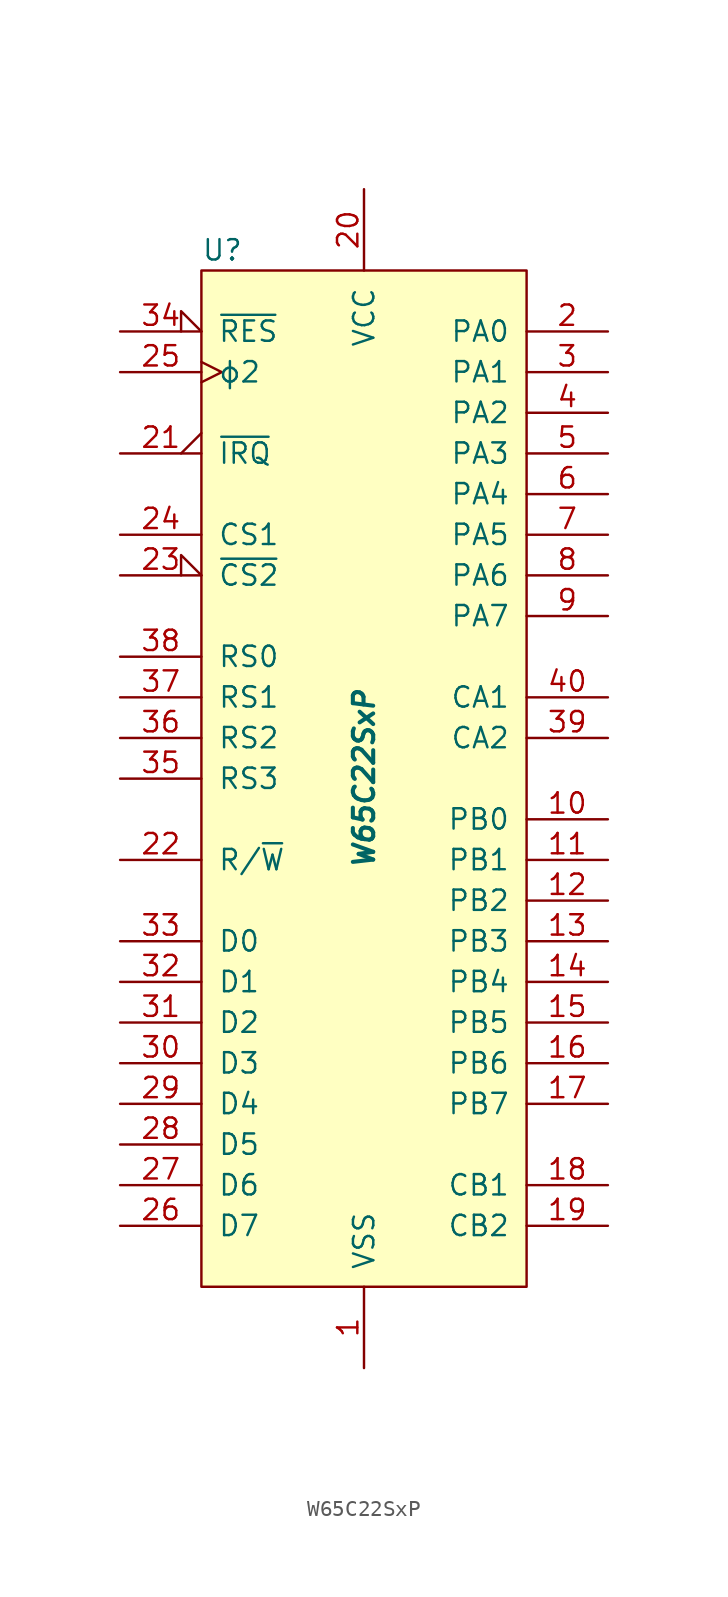
<source format=kicad_sym>
(kicad_symbol_lib
  (version 20211014)
  (generator kicad_symbol_editor)
  (symbol "W65C22SxP"
    (pin_names
      (offset 1.016))
    (property "Reference" "U"
      (at -10.16 33.02 0)
      (effects (font (size 1.27 1.27)) (justify left)))
    (property "Value" "W65C22SxP"
      (at 0 0 90)
      (effects (font (size 1.27 1.27) bold italic)))
    (symbol "W65C22SxP_0_1"
      (rectangle (start -10.16 31.75) (end 10.16 -31.75) (stroke (width 0) (type default) (color 0 0 0 0)) (fill (type background))))
    (symbol "W65C22SxP_1_1"
      (pin power_in line (at 0 -36.83 90) (length 5.08) (name "VSS" (effects (font (size 1.27 1.27)))) (number "1" (effects (font (size 1.27 1.27)))))
      (pin bidirectional line (at 15.24 -2.54 180) (length 5.08) (name "PB0" (effects (font (size 1.27 1.27)))) (number "10" (effects (font (size 1.27 1.27)))))
      (pin bidirectional line (at 15.24 -5.08 180) (length 5.08) (name "PB1" (effects (font (size 1.27 1.27)))) (number "11" (effects (font (size 1.27 1.27)))))
      (pin bidirectional line (at 15.24 -7.62 180) (length 5.08) (name "PB2" (effects (font (size 1.27 1.27)))) (number "12" (effects (font (size 1.27 1.27)))))
      (pin bidirectional line (at 15.24 -10.16 180) (length 5.08) (name "PB3" (effects (font (size 1.27 1.27)))) (number "13" (effects (font (size 1.27 1.27)))))
      (pin bidirectional line (at 15.24 -12.7 180) (length 5.08) (name "PB4" (effects (font (size 1.27 1.27)))) (number "14" (effects (font (size 1.27 1.27)))))
      (pin bidirectional line (at 15.24 -15.24 180) (length 5.08) (name "PB5" (effects (font (size 1.27 1.27)))) (number "15" (effects (font (size 1.27 1.27)))))
      (pin bidirectional line (at 15.24 -17.78 180) (length 5.08) (name "PB6" (effects (font (size 1.27 1.27)))) (number "16" (effects (font (size 1.27 1.27)))))
      (pin bidirectional line (at 15.24 -20.32 180) (length 5.08) (name "PB7" (effects (font (size 1.27 1.27)))) (number "17" (effects (font (size 1.27 1.27)))))
      (pin input line (at 15.24 -25.4 180) (length 5.08) (name "CB1" (effects (font (size 1.27 1.27)))) (number "18" (effects (font (size 1.27 1.27)))))
      (pin bidirectional line (at 15.24 -27.94 180) (length 5.08) (name "CB2" (effects (font (size 1.27 1.27)))) (number "19" (effects (font (size 1.27 1.27)))))
      (pin bidirectional line (at 15.24 27.94 180) (length 5.08) (name "PA0" (effects (font (size 1.27 1.27)))) (number "2" (effects (font (size 1.27 1.27)))))
      (pin power_in line (at 0 36.83 270) (length 5.08) (name "VCC" (effects (font (size 1.27 1.27)))) (number "20" (effects (font (size 1.27 1.27)))))
      (pin output output_low (at -15.24 20.32 0) (length 5.08) (name "~{IRQ}" (effects (font (size 1.27 1.27)))) (number "21" (effects (font (size 1.27 1.27)))))
      (pin input line (at -15.24 -5.08 0) (length 5.08) (name "R/~{W}" (effects (font (size 1.27 1.27)))) (number "22" (effects (font (size 1.27 1.27)))))
      (pin input input_low (at -15.24 12.7 0) (length 5.08) (name "~{CS2}" (effects (font (size 1.27 1.27)))) (number "23" (effects (font (size 1.27 1.27)))))
      (pin input line (at -15.24 15.24 0) (length 5.08) (name "CS1" (effects (font (size 1.27 1.27)))) (number "24" (effects (font (size 1.27 1.27)))))
      (pin input clock (at -15.24 25.4 0) (length 5.08) (name "ϕ2" (effects (font (size 1.27 1.27)))) (number "25" (effects (font (size 1.27 1.27)))))
      (pin bidirectional line (at -15.24 -27.94 0) (length 5.08) (name "D7" (effects (font (size 1.27 1.27)))) (number "26" (effects (font (size 1.27 1.27)))))
      (pin bidirectional line (at -15.24 -25.4 0) (length 5.08) (name "D6" (effects (font (size 1.27 1.27)))) (number "27" (effects (font (size 1.27 1.27)))))
      (pin bidirectional line (at -15.24 -22.86 0) (length 5.08) (name "D5" (effects (font (size 1.27 1.27)))) (number "28" (effects (font (size 1.27 1.27)))))
      (pin bidirectional line (at -15.24 -20.32 0) (length 5.08) (name "D4" (effects (font (size 1.27 1.27)))) (number "29" (effects (font (size 1.27 1.27)))))
      (pin bidirectional line (at 15.24 25.4 180) (length 5.08) (name "PA1" (effects (font (size 1.27 1.27)))) (number "3" (effects (font (size 1.27 1.27)))))
      (pin bidirectional line (at -15.24 -17.78 0) (length 5.08) (name "D3" (effects (font (size 1.27 1.27)))) (number "30" (effects (font (size 1.27 1.27)))))
      (pin bidirectional line (at -15.24 -15.24 0) (length 5.08) (name "D2" (effects (font (size 1.27 1.27)))) (number "31" (effects (font (size 1.27 1.27)))))
      (pin bidirectional line (at -15.24 -12.7 0) (length 5.08) (name "D1" (effects (font (size 1.27 1.27)))) (number "32" (effects (font (size 1.27 1.27)))))
      (pin bidirectional line (at -15.24 -10.16 0) (length 5.08) (name "D0" (effects (font (size 1.27 1.27)))) (number "33" (effects (font (size 1.27 1.27)))))
      (pin input input_low (at -15.24 27.94 0) (length 5.08) (name "~{RES}" (effects (font (size 1.27 1.27)))) (number "34" (effects (font (size 1.27 1.27)))))
      (pin input line (at -15.24 0 0) (length 5.08) (name "RS3" (effects (font (size 1.27 1.27)))) (number "35" (effects (font (size 1.27 1.27)))))
      (pin input line (at -15.24 2.54 0) (length 5.08) (name "RS2" (effects (font (size 1.27 1.27)))) (number "36" (effects (font (size 1.27 1.27)))))
      (pin input line (at -15.24 5.08 0) (length 5.08) (name "RS1" (effects (font (size 1.27 1.27)))) (number "37" (effects (font (size 1.27 1.27)))))
      (pin input line (at -15.24 7.62 0) (length 5.08) (name "RS0" (effects (font (size 1.27 1.27)))) (number "38" (effects (font (size 1.27 1.27)))))
      (pin bidirectional line (at 15.24 2.54 180) (length 5.08) (name "CA2" (effects (font (size 1.27 1.27)))) (number "39" (effects (font (size 1.27 1.27)))))
      (pin bidirectional line (at 15.24 22.86 180) (length 5.08) (name "PA2" (effects (font (size 1.27 1.27)))) (number "4" (effects (font (size 1.27 1.27)))))
      (pin input line (at 15.24 5.08 180) (length 5.08) (name "CA1" (effects (font (size 1.27 1.27)))) (number "40" (effects (font (size 1.27 1.27)))))
      (pin bidirectional line (at 15.24 20.32 180) (length 5.08) (name "PA3" (effects (font (size 1.27 1.27)))) (number "5" (effects (font (size 1.27 1.27)))))
      (pin bidirectional line (at 15.24 17.78 180) (length 5.08) (name "PA4" (effects (font (size 1.27 1.27)))) (number "6" (effects (font (size 1.27 1.27)))))
      (pin bidirectional line (at 15.24 15.24 180) (length 5.08) (name "PA5" (effects (font (size 1.27 1.27)))) (number "7" (effects (font (size 1.27 1.27)))))
      (pin bidirectional line (at 15.24 12.7 180) (length 5.08) (name "PA6" (effects (font (size 1.27 1.27)))) (number "8" (effects (font (size 1.27 1.27)))))
      (pin bidirectional line (at 15.24 10.16 180) (length 5.08) (name "PA7" (effects (font (size 1.27 1.27)))) (number "9" (effects (font (size 1.27 1.27))))))))
</source>
